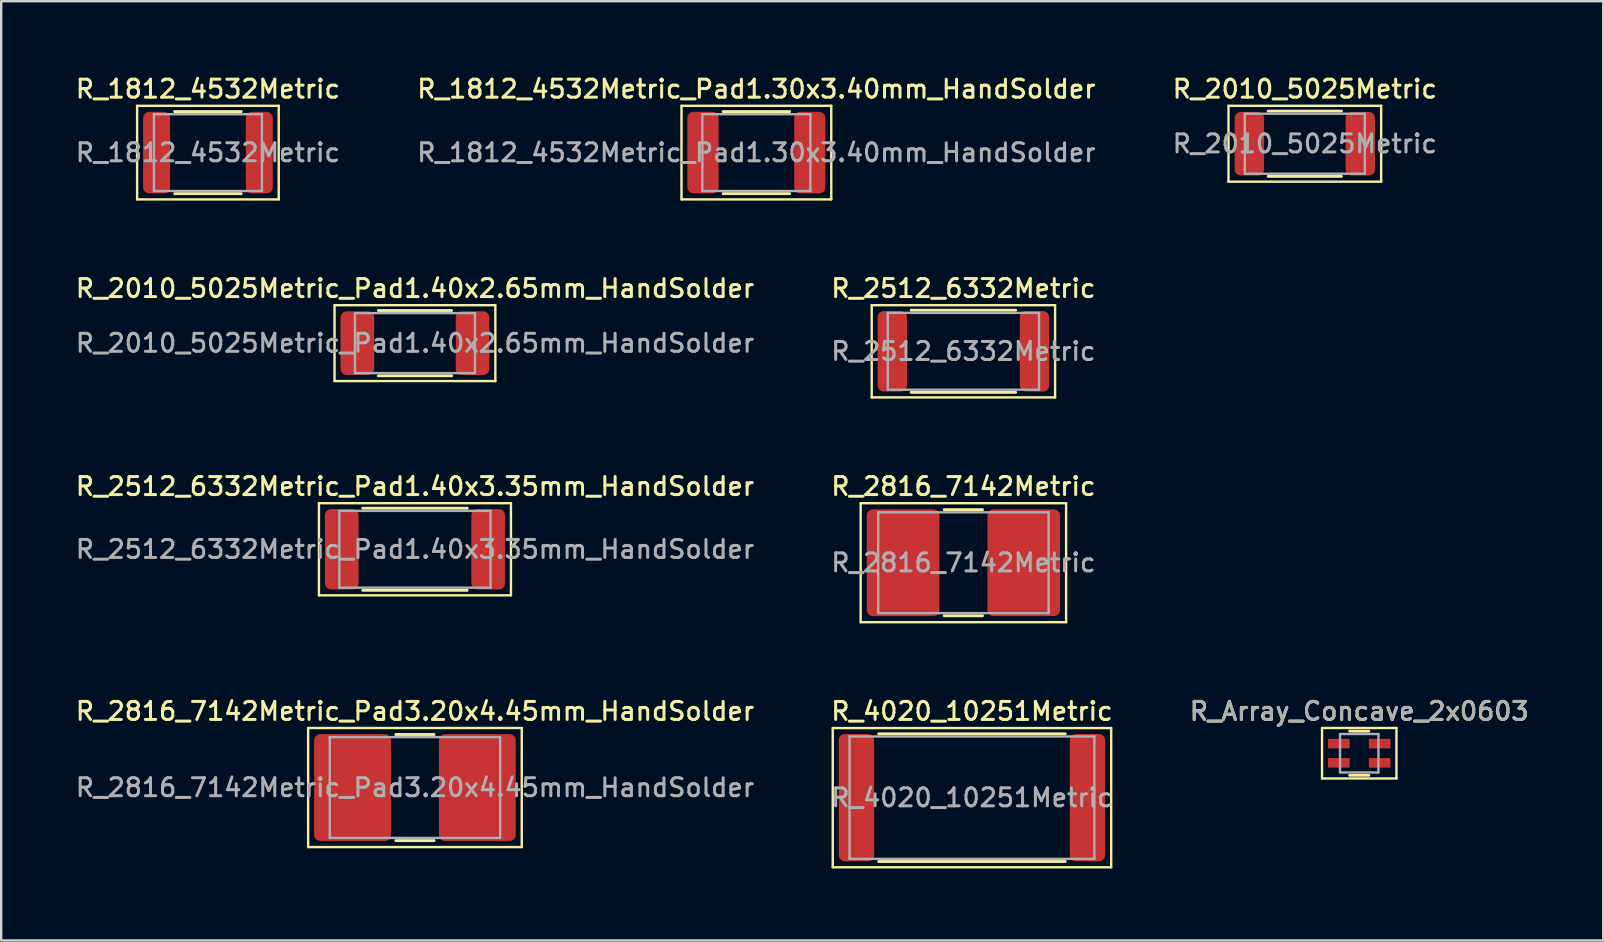
<source format=kicad_pcb>
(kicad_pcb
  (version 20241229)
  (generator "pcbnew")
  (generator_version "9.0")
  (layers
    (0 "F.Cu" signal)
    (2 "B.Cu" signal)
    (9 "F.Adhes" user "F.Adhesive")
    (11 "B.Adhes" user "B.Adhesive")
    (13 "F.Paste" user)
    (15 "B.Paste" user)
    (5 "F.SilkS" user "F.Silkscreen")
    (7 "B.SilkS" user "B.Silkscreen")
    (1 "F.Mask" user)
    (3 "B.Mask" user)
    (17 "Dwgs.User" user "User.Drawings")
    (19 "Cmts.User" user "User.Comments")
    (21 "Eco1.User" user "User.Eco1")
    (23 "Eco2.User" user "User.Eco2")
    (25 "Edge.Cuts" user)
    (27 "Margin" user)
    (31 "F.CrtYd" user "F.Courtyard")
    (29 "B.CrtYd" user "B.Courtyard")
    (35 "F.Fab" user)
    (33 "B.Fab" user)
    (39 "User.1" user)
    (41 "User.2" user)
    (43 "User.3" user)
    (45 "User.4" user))
  (footprint "R_2816_7142Metric"
    (layer "F.Cu")
    (at 37.088 20.394)
    (property "Reference" "R_2816_7142Metric" (at 0 -3.18 0) (layer "F.SilkS") (effects (font (size 0.75 0.75) (thickness 0.125))))
    (attr smd)
    (fp_line (start -4.28 -2.48) (end 4.28 -2.48) (stroke (width 0.1) (type solid)) (layer "F.SilkS"))
    (fp_line (start -4.28 2.48) (end -4.28 -2.48) (stroke (width 0.1) (type solid)) (layer "F.SilkS"))
    (fp_line (start -0.797 -2.21) (end 0.797 -2.21) (stroke (width 0.12) (type solid)) (layer "F.SilkS"))
    (fp_line (start -0.797 2.21) (end 0.797 2.21) (stroke (width 0.12) (type solid)) (layer "F.SilkS"))
    (fp_line (start 4.28 -2.48) (end 4.28 2.48) (stroke (width 0.1) (type solid)) (layer "F.SilkS"))
    (fp_line (start 4.28 2.48) (end -4.28 2.48) (stroke (width 0.1) (type solid)) (layer "F.SilkS"))
    (fp_line (start -3.55 -2.1) (end 3.55 -2.1) (stroke (width 0.1) (type solid)) (layer "F.Fab"))
    (fp_line (start -3.55 2.1) (end -3.55 -2.1) (stroke (width 0.1) (type solid)) (layer "F.Fab"))
    (fp_line (start 3.55 -2.1) (end 3.55 2.1) (stroke (width 0.1) (type solid)) (layer "F.Fab"))
    (fp_line (start 3.55 2.1) (end -3.55 2.1) (stroke (width 0.1) (type solid)) (layer "F.Fab"))
    (fp_text user "${REFERENCE}" (at 0 0 0) (layer "F.Fab") (effects (font (size 0.75 0.75) (thickness 0.125))))
    (pad "1" smd roundrect (at -2.513 0) (size 3.025 4.45) (layers "F.Cu" "F.Mask" "F.Paste") (roundrect_rratio 0.083))
    (pad "2" smd roundrect (at 2.513 0) (size 3.025 4.45) (layers "F.Cu" "F.Mask" "F.Paste") (roundrect_rratio 0.083)))
  (footprint "R_1812_4532Metric_Pad1.30x3.40mm_HandSolder"
    (layer "F.Cu")
    (at 28.463 3.308)
    (property "Reference" "R_1812_4532Metric_Pad1.30x3.40mm_HandSolder" (at 0 -2.65 0) (layer "F.SilkS") (effects (font (size 0.75 0.75) (thickness 0.125))))
    (attr smd)
    (fp_line (start -3.12 -1.95) (end 3.12 -1.95) (stroke (width 0.1) (type solid)) (layer "F.SilkS"))
    (fp_line (start -3.12 1.95) (end -3.12 -1.95) (stroke (width 0.1) (type solid)) (layer "F.SilkS"))
    (fp_line (start -1.386 -1.71) (end 1.386 -1.71) (stroke (width 0.12) (type solid)) (layer "F.SilkS"))
    (fp_line (start -1.386 1.71) (end 1.386 1.71) (stroke (width 0.12) (type solid)) (layer "F.SilkS"))
    (fp_line (start 3.12 -1.95) (end 3.12 1.95) (stroke (width 0.1) (type solid)) (layer "F.SilkS"))
    (fp_line (start 3.12 1.95) (end -3.12 1.95) (stroke (width 0.1) (type solid)) (layer "F.SilkS"))
    (fp_line (start -2.25 -1.6) (end 2.25 -1.6) (stroke (width 0.1) (type solid)) (layer "F.Fab"))
    (fp_line (start -2.25 1.6) (end -2.25 -1.6) (stroke (width 0.1) (type solid)) (layer "F.Fab"))
    (fp_line (start 2.25 -1.6) (end 2.25 1.6) (stroke (width 0.1) (type solid)) (layer "F.Fab"))
    (fp_line (start 2.25 1.6) (end -2.25 1.6) (stroke (width 0.1) (type solid)) (layer "F.Fab"))
    (fp_text user "${REFERENCE}" (at 0 0 0) (layer "F.Fab") (effects (font (size 0.75 0.75) (thickness 0.125))))
    (pad "1" smd roundrect (at -2.225 0) (size 1.3 3.4) (layers "F.Cu" "F.Mask" "F.Paste") (roundrect_rratio 0.192))
    (pad "2" smd roundrect (at 2.225 0) (size 1.3 3.4) (layers "F.Cu" "F.Mask" "F.Paste") (roundrect_rratio 0.192)))
  (footprint "R_4020_10251Metric"
    (layer "F.Cu")
    (at 37.445 30.183)
    (property "Reference" "R_4020_10251Metric" (at 0 -3.6 0) (layer "F.SilkS") (effects (font (size 0.75 0.75) (thickness 0.125))))
    (attr smd)
    (fp_line (start -5.8 -2.9) (end 5.8 -2.9) (stroke (width 0.1) (type solid)) (layer "F.SilkS"))
    (fp_line (start -5.8 2.9) (end -5.8 -2.9) (stroke (width 0.1) (type solid)) (layer "F.SilkS"))
    (fp_line (start -3.886 -2.66) (end 3.886 -2.66) (stroke (width 0.12) (type solid)) (layer "F.SilkS"))
    (fp_line (start -3.886 2.66) (end 3.886 2.66) (stroke (width 0.12) (type solid)) (layer "F.SilkS"))
    (fp_line (start 5.8 -2.9) (end 5.8 2.9) (stroke (width 0.1) (type solid)) (layer "F.SilkS"))
    (fp_line (start 5.8 2.9) (end -5.8 2.9) (stroke (width 0.1) (type solid)) (layer "F.SilkS"))
    (fp_line (start -5.1 -2.55) (end 5.1 -2.55) (stroke (width 0.1) (type solid)) (layer "F.Fab"))
    (fp_line (start -5.1 2.55) (end -5.1 -2.55) (stroke (width 0.1) (type solid)) (layer "F.Fab"))
    (fp_line (start 5.1 -2.55) (end 5.1 2.55) (stroke (width 0.1) (type solid)) (layer "F.Fab"))
    (fp_line (start 5.1 2.55) (end -5.1 2.55) (stroke (width 0.1) (type solid)) (layer "F.Fab"))
    (fp_text user "${REFERENCE}" (at 0 0 0) (layer "F.Fab") (effects (font (size 0.75 0.75) (thickness 0.125))))
    (pad "1" smd roundrect (at -4.812 0) (size 1.475 5.3) (layers "F.Cu" "F.Mask" "F.Paste") (roundrect_rratio 0.169))
    (pad "2" smd roundrect (at 4.812 0) (size 1.475 5.3) (layers "F.Cu" "F.Mask" "F.Paste") (roundrect_rratio 0.169)))
  (footprint "R_2010_5025Metric_Pad1.40x2.65mm_HandSolder"
    (layer "F.Cu")
    (at 14.238 11.246)
    (property "Reference" "R_2010_5025Metric_Pad1.40x2.65mm_HandSolder" (at 0 -2.28 0) (layer "F.SilkS") (effects (font (size 0.75 0.75) (thickness 0.125))))
    (attr smd)
    (fp_line (start -3.35 -1.58) (end 3.35 -1.58) (stroke (width 0.1) (type solid)) (layer "F.SilkS"))
    (fp_line (start -3.35 1.58) (end -3.35 -1.58) (stroke (width 0.1) (type solid)) (layer "F.SilkS"))
    (fp_line (start -1.527 -1.36) (end 1.527 -1.36) (stroke (width 0.12) (type solid)) (layer "F.SilkS"))
    (fp_line (start -1.527 1.36) (end 1.527 1.36) (stroke (width 0.12) (type solid)) (layer "F.SilkS"))
    (fp_line (start 3.35 -1.58) (end 3.35 1.58) (stroke (width 0.1) (type solid)) (layer "F.SilkS"))
    (fp_line (start 3.35 1.58) (end -3.35 1.58) (stroke (width 0.1) (type solid)) (layer "F.SilkS"))
    (fp_line (start -2.5 -1.25) (end 2.5 -1.25) (stroke (width 0.1) (type solid)) (layer "F.Fab"))
    (fp_line (start -2.5 1.25) (end -2.5 -1.25) (stroke (width 0.1) (type solid)) (layer "F.Fab"))
    (fp_line (start 2.5 -1.25) (end 2.5 1.25) (stroke (width 0.1) (type solid)) (layer "F.Fab"))
    (fp_line (start 2.5 1.25) (end -2.5 1.25) (stroke (width 0.1) (type solid)) (layer "F.Fab"))
    (fp_text user "${REFERENCE}" (at 0 0 0) (layer "F.Fab") (effects (font (size 0.75 0.75) (thickness 0.125))))
    (pad "1" smd roundrect (at -2.4 0) (size 1.4 2.65) (layers "F.Cu" "F.Mask" "F.Paste") (roundrect_rratio 0.179))
    (pad "2" smd roundrect (at 2.4 0) (size 1.4 2.65) (layers "F.Cu" "F.Mask" "F.Paste") (roundrect_rratio 0.179)))
  (footprint "R_Array_Concave_2x0603"
    (layer "F.Cu")
    (at 53.58 28.332)
    (property "Reference" "R_Array_Concave_2x0603" (at 0 -1.75 0) (layer "F.SilkS") (effects (font (size 0.75 0.75) (thickness 0.125))))
    (attr smd)
    (fp_line (start -1.55 -1.05) (end -1.55 1.05) (stroke (width 0.1) (type solid)) (layer "F.SilkS"))
    (fp_line (start -1.55 -1.05) (end 1.55 -1.05) (stroke (width 0.1) (type solid)) (layer "F.SilkS"))
    (fp_line (start 0.4 -0.92) (end -0.4 -0.92) (stroke (width 0.12) (type solid)) (layer "F.SilkS"))
    (fp_line (start 0.4 0.92) (end -0.4 0.92) (stroke (width 0.12) (type solid)) (layer "F.SilkS"))
    (fp_line (start 1.55 1.05) (end -1.55 1.05) (stroke (width 0.1) (type solid)) (layer "F.SilkS"))
    (fp_line (start 1.55 1.05) (end 1.55 -1.05) (stroke (width 0.1) (type solid)) (layer "F.SilkS"))
    (fp_line (start -0.8 -0.8) (end 0.8 -0.8) (stroke (width 0.1) (type solid)) (layer "F.Fab"))
    (fp_line (start -0.8 0.8) (end -0.8 -0.8) (stroke (width 0.1) (type solid)) (layer "F.Fab"))
    (fp_line (start 0.8 -0.8) (end 0.8 0.8) (stroke (width 0.1) (type solid)) (layer "F.Fab"))
    (fp_line (start 0.8 0.8) (end -0.8 0.8) (stroke (width 0.1) (type solid)) (layer "F.Fab"))
    (fp_text user "${REFERENCE}" (at 0 -1.75 0) (layer "F.Fab") (effects (font (size 0.75 0.75) (thickness 0.125))))
    (pad "1" smd rect (at -0.85 -0.4) (size 0.9 0.4) (layers "F.Cu" "F.Mask" "F.Paste"))
    (pad "2" smd rect (at -0.85 0.4) (size 0.9 0.4) (layers "F.Cu" "F.Mask" "F.Paste"))
    (pad "3" smd rect (at 0.85 0.4) (size 0.9 0.4) (layers "F.Cu" "F.Mask" "F.Paste"))
    (pad "4" smd rect (at 0.85 -0.4) (size 0.9 0.4) (layers "F.Cu" "F.Mask" "F.Paste")))
  (footprint "R_2010_5025Metric"
    (layer "F.Cu")
    (at 51.313 2.938)
    (property "Reference" "R_2010_5025Metric" (at 0 -2.28 0) (layer "F.SilkS") (effects (font (size 0.75 0.75) (thickness 0.125))))
    (attr smd)
    (fp_line (start -3.18 -1.58) (end 3.18 -1.58) (stroke (width 0.1) (type solid)) (layer "F.SilkS"))
    (fp_line (start -3.18 1.58) (end -3.18 -1.58) (stroke (width 0.1) (type solid)) (layer "F.SilkS"))
    (fp_line (start -1.527 -1.36) (end 1.527 -1.36) (stroke (width 0.12) (type solid)) (layer "F.SilkS"))
    (fp_line (start -1.527 1.36) (end 1.527 1.36) (stroke (width 0.12) (type solid)) (layer "F.SilkS"))
    (fp_line (start 3.18 -1.58) (end 3.18 1.58) (stroke (width 0.1) (type solid)) (layer "F.SilkS"))
    (fp_line (start 3.18 1.58) (end -3.18 1.58) (stroke (width 0.1) (type solid)) (layer "F.SilkS"))
    (fp_line (start -2.5 -1.25) (end 2.5 -1.25) (stroke (width 0.1) (type solid)) (layer "F.Fab"))
    (fp_line (start -2.5 1.25) (end -2.5 -1.25) (stroke (width 0.1) (type solid)) (layer "F.Fab"))
    (fp_line (start 2.5 -1.25) (end 2.5 1.25) (stroke (width 0.1) (type solid)) (layer "F.Fab"))
    (fp_line (start 2.5 1.25) (end -2.5 1.25) (stroke (width 0.1) (type solid)) (layer "F.Fab"))
    (fp_text user "${REFERENCE}" (at 0 0 0) (layer "F.Fab") (effects (font (size 0.75 0.75) (thickness 0.125))))
    (pad "1" smd roundrect (at -2.312 0) (size 1.225 2.65) (layers "F.Cu" "F.Mask" "F.Paste") (roundrect_rratio 0.204))
    (pad "2" smd roundrect (at 2.312 0) (size 1.225 2.65) (layers "F.Cu" "F.Mask" "F.Paste") (roundrect_rratio 0.204)))
  (footprint "R_1812_4532Metric"
    (layer "F.Cu")
    (at 5.613 3.308)
    (property "Reference" "R_1812_4532Metric" (at 0 -2.65 0) (layer "F.SilkS") (effects (font (size 0.75 0.75) (thickness 0.125))))
    (attr smd)
    (fp_line (start -2.95 -1.95) (end 2.95 -1.95) (stroke (width 0.1) (type solid)) (layer "F.SilkS"))
    (fp_line (start -2.95 1.95) (end -2.95 -1.95) (stroke (width 0.1) (type solid)) (layer "F.SilkS"))
    (fp_line (start -1.386 -1.71) (end 1.386 -1.71) (stroke (width 0.12) (type solid)) (layer "F.SilkS"))
    (fp_line (start -1.386 1.71) (end 1.386 1.71) (stroke (width 0.12) (type solid)) (layer "F.SilkS"))
    (fp_line (start 2.95 -1.95) (end 2.95 1.95) (stroke (width 0.1) (type solid)) (layer "F.SilkS"))
    (fp_line (start 2.95 1.95) (end -2.95 1.95) (stroke (width 0.1) (type solid)) (layer "F.SilkS"))
    (fp_line (start -2.25 -1.6) (end 2.25 -1.6) (stroke (width 0.1) (type solid)) (layer "F.Fab"))
    (fp_line (start -2.25 1.6) (end -2.25 -1.6) (stroke (width 0.1) (type solid)) (layer "F.Fab"))
    (fp_line (start 2.25 -1.6) (end 2.25 1.6) (stroke (width 0.1) (type solid)) (layer "F.Fab"))
    (fp_line (start 2.25 1.6) (end -2.25 1.6) (stroke (width 0.1) (type solid)) (layer "F.Fab"))
    (fp_text user "${REFERENCE}" (at 0 0 0) (layer "F.Fab") (effects (font (size 0.75 0.75) (thickness 0.125))))
    (pad "1" smd roundrect (at -2.138 0) (size 1.125 3.4) (layers "F.Cu" "F.Mask" "F.Paste") (roundrect_rratio 0.222))
    (pad "2" smd roundrect (at 2.138 0) (size 1.125 3.4) (layers "F.Cu" "F.Mask" "F.Paste") (roundrect_rratio 0.222)))
  (footprint "R_2816_7142Metric_Pad3.20x4.45mm_HandSolder"
    (layer "F.Cu")
    (at 14.238 29.762)
    (property "Reference" "R_2816_7142Metric_Pad3.20x4.45mm_HandSolder" (at 0 -3.18 0) (layer "F.SilkS") (effects (font (size 0.75 0.75) (thickness 0.125))))
    (attr smd)
    (fp_line (start -4.45 -2.48) (end 4.45 -2.48) (stroke (width 0.1) (type solid)) (layer "F.SilkS"))
    (fp_line (start -4.45 2.48) (end -4.45 -2.48) (stroke (width 0.1) (type solid)) (layer "F.SilkS"))
    (fp_line (start -0.797 -2.21) (end 0.797 -2.21) (stroke (width 0.12) (type solid)) (layer "F.SilkS"))
    (fp_line (start -0.797 2.21) (end 0.797 2.21) (stroke (width 0.12) (type solid)) (layer "F.SilkS"))
    (fp_line (start 4.45 -2.48) (end 4.45 2.48) (stroke (width 0.1) (type solid)) (layer "F.SilkS"))
    (fp_line (start 4.45 2.48) (end -4.45 2.48) (stroke (width 0.1) (type solid)) (layer "F.SilkS"))
    (fp_line (start -3.55 -2.1) (end 3.55 -2.1) (stroke (width 0.1) (type solid)) (layer "F.Fab"))
    (fp_line (start -3.55 2.1) (end -3.55 -2.1) (stroke (width 0.1) (type solid)) (layer "F.Fab"))
    (fp_line (start 3.55 -2.1) (end 3.55 2.1) (stroke (width 0.1) (type solid)) (layer "F.Fab"))
    (fp_line (start 3.55 2.1) (end -3.55 2.1) (stroke (width 0.1) (type solid)) (layer "F.Fab"))
    (fp_text user "${REFERENCE}" (at 0 0 0) (layer "F.Fab") (effects (font (size 0.75 0.75) (thickness 0.125))))
    (pad "1" smd roundrect (at -2.6 0) (size 3.2 4.45) (layers "F.Cu" "F.Mask" "F.Paste") (roundrect_rratio 0.078))
    (pad "2" smd roundrect (at 2.6 0) (size 3.2 4.45) (layers "F.Cu" "F.Mask" "F.Paste") (roundrect_rratio 0.078)))
  (footprint "R_2512_6332Metric"
    (layer "F.Cu")
    (at 37.088 11.586)
    (property "Reference" "R_2512_6332Metric" (at 0 -2.62 0) (layer "F.SilkS") (effects (font (size 0.75 0.75) (thickness 0.125))))
    (attr smd)
    (fp_line (start -3.82 -1.92) (end 3.82 -1.92) (stroke (width 0.1) (type solid)) (layer "F.SilkS"))
    (fp_line (start -3.82 1.92) (end -3.82 -1.92) (stroke (width 0.1) (type solid)) (layer "F.SilkS"))
    (fp_line (start -2.177 -1.71) (end 2.177 -1.71) (stroke (width 0.12) (type solid)) (layer "F.SilkS"))
    (fp_line (start -2.177 1.71) (end 2.177 1.71) (stroke (width 0.12) (type solid)) (layer "F.SilkS"))
    (fp_line (start 3.82 -1.92) (end 3.82 1.92) (stroke (width 0.1) (type solid)) (layer "F.SilkS"))
    (fp_line (start 3.82 1.92) (end -3.82 1.92) (stroke (width 0.1) (type solid)) (layer "F.SilkS"))
    (fp_line (start -3.15 -1.6) (end 3.15 -1.6) (stroke (width 0.1) (type solid)) (layer "F.Fab"))
    (fp_line (start -3.15 1.6) (end -3.15 -1.6) (stroke (width 0.1) (type solid)) (layer "F.Fab"))
    (fp_line (start 3.15 -1.6) (end 3.15 1.6) (stroke (width 0.1) (type solid)) (layer "F.Fab"))
    (fp_line (start 3.15 1.6) (end -3.15 1.6) (stroke (width 0.1) (type solid)) (layer "F.Fab"))
    (fp_text user "${REFERENCE}" (at 0 0 0) (layer "F.Fab") (effects (font (size 0.75 0.75) (thickness 0.125))))
    (pad "1" smd roundrect (at -2.962 0) (size 1.225 3.35) (layers "F.Cu" "F.Mask" "F.Paste") (roundrect_rratio 0.204))
    (pad "2" smd roundrect (at 2.962 0) (size 1.225 3.35) (layers "F.Cu" "F.Mask" "F.Paste") (roundrect_rratio 0.204)))
  (footprint "R_2512_6332Metric_Pad1.40x3.35mm_HandSolder"
    (layer "F.Cu")
    (at 14.238 19.834)
    (property "Reference" "R_2512_6332Metric_Pad1.40x3.35mm_HandSolder" (at 0 -2.62 0) (layer "F.SilkS") (effects (font (size 0.75 0.75) (thickness 0.125))))
    (attr smd)
    (fp_line (start -4 -1.92) (end 4 -1.92) (stroke (width 0.1) (type solid)) (layer "F.SilkS"))
    (fp_line (start -4 1.92) (end -4 -1.92) (stroke (width 0.1) (type solid)) (layer "F.SilkS"))
    (fp_line (start -2.177 -1.71) (end 2.177 -1.71) (stroke (width 0.12) (type solid)) (layer "F.SilkS"))
    (fp_line (start -2.177 1.71) (end 2.177 1.71) (stroke (width 0.12) (type solid)) (layer "F.SilkS"))
    (fp_line (start 4 -1.92) (end 4 1.92) (stroke (width 0.1) (type solid)) (layer "F.SilkS"))
    (fp_line (start 4 1.92) (end -4 1.92) (stroke (width 0.1) (type solid)) (layer "F.SilkS"))
    (fp_line (start -3.15 -1.6) (end 3.15 -1.6) (stroke (width 0.1) (type solid)) (layer "F.Fab"))
    (fp_line (start -3.15 1.6) (end -3.15 -1.6) (stroke (width 0.1) (type solid)) (layer "F.Fab"))
    (fp_line (start 3.15 -1.6) (end 3.15 1.6) (stroke (width 0.1) (type solid)) (layer "F.Fab"))
    (fp_line (start 3.15 1.6) (end -3.15 1.6) (stroke (width 0.1) (type solid)) (layer "F.Fab"))
    (fp_text user "${REFERENCE}" (at 0 0 0) (layer "F.Fab") (effects (font (size 0.75 0.75) (thickness 0.125))))
    (pad "1" smd roundrect (at -3.05 0) (size 1.4 3.35) (layers "F.Cu" "F.Mask" "F.Paste") (roundrect_rratio 0.179))
    (pad "2" smd roundrect (at 3.05 0) (size 1.4 3.35) (layers "F.Cu" "F.Mask" "F.Paste") (roundrect_rratio 0.179)))
  (gr_rect
    (start -3 -3)
    (end 63.746 36.133)
    (stroke (width 0.1) (type default))
    (fill no)
    (layer "Edge.Cuts")))
</source>
